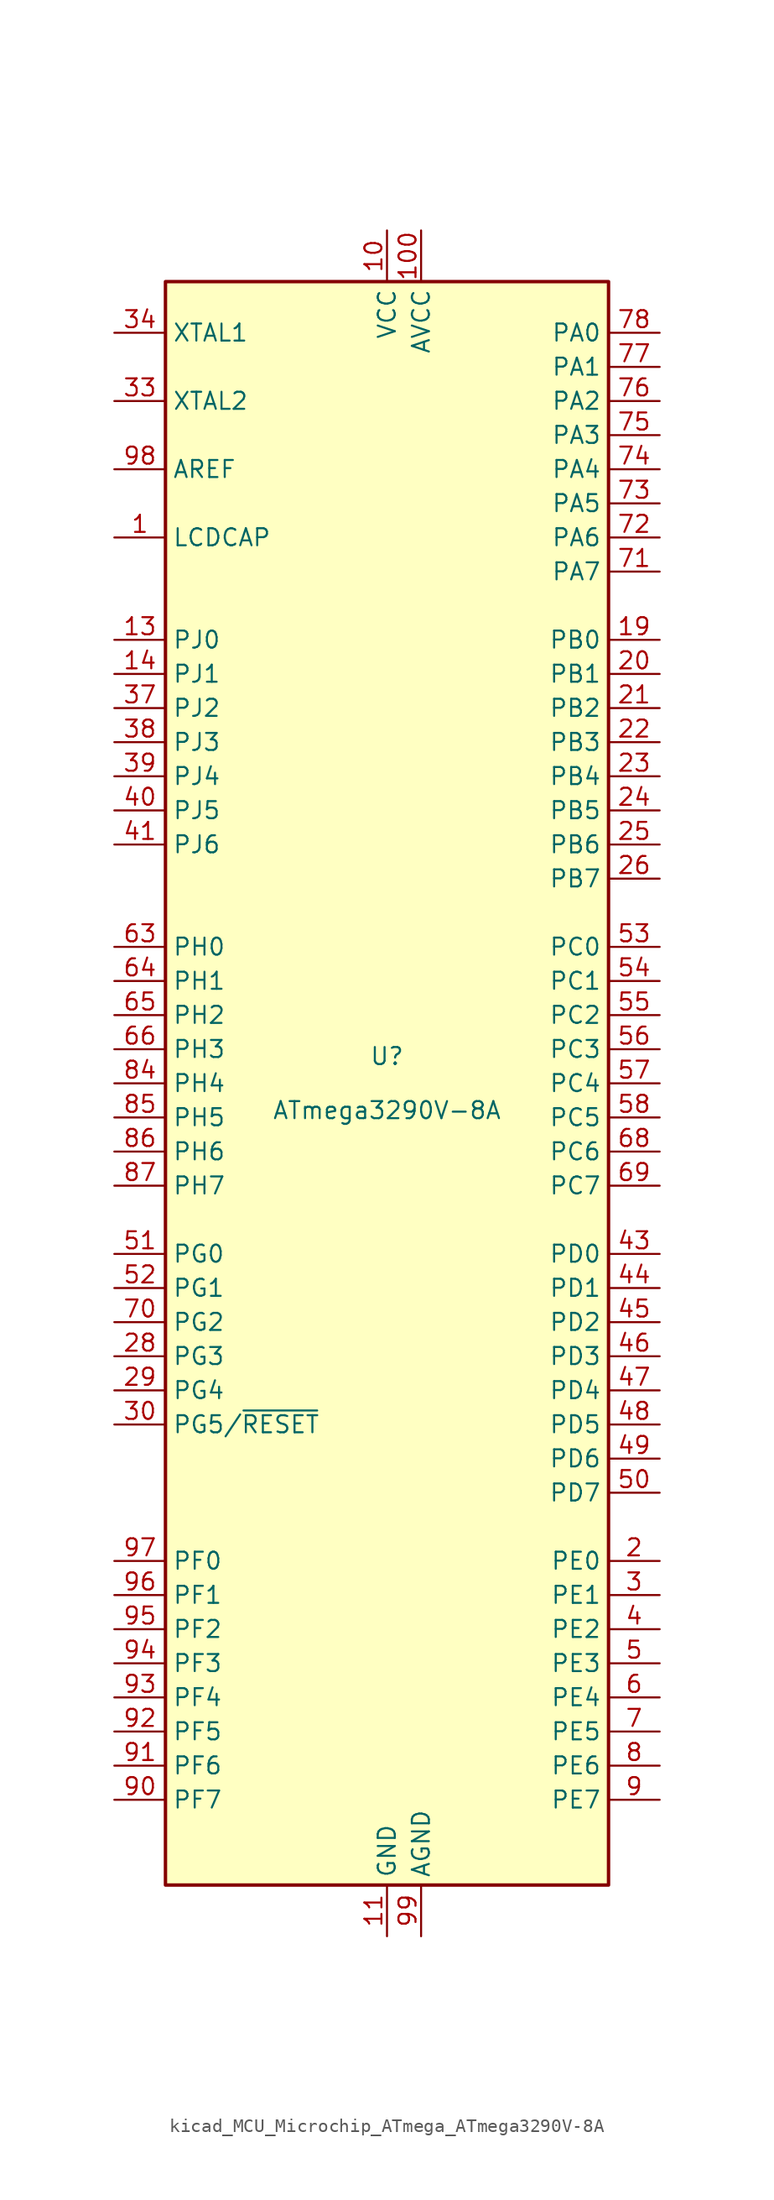
<source format=kicad_sym>
(kicad_symbol_lib
  (version 20220914)
  (generator kicad_symbol_editor)
  (symbol "kicad_MCU_Microchip_ATmega_ATmega3290V-8A"
    (property "Reference" "U"
      (at 0 1.27 0)
      (effects (font (size 1.27 1.27)) (justify bottom)))
    (property "Value" "ATmega3290V-8A"
      (at 0 -1.27 0)
      (effects (font (size 1.27 1.27)) (justify top)))
    (symbol "kicad_MCU_Microchip_ATmega_ATmega3290V-8A_0_1"
      (rectangle (start -16.51 -59.69) (end 16.51 59.69) (stroke (width 0.254) (type default)) (fill (type background))))
    (symbol "kicad_MCU_Microchip_ATmega_ATmega3290V-8A_1_1"
      (pin passive line (at -20.32 40.64 0) (length 3.81) (name "LCDCAP" (effects (font (size 1.27 1.27)))) (number "1" (effects (font (size 1.27 1.27)))))
      (pin power_in line (at 0 63.5 270) (length 3.81) (name "VCC" (effects (font (size 1.27 1.27)))) (number "10" (effects (font (size 1.27 1.27)))))
      (pin power_in line (at 2.54 63.5 270) (length 3.81) (name "AVCC" (effects (font (size 1.27 1.27)))) (number "100" (effects (font (size 1.27 1.27)))))
      (pin power_in line (at 0 -63.5 90) (length 3.81) (name "GND" (effects (font (size 1.27 1.27)))) (number "11" (effects (font (size 1.27 1.27)))))
      (pin no_connect line (at -15.24 38.1 0) (length 2.54) hide (name "NC" (effects (font (size 1.27 1.27)))) (number "12" (effects (font (size 1.27 1.27)))))
      (pin bidirectional line (at -20.32 33.02 0) (length 3.81) (name "PJ0" (effects (font (size 1.27 1.27)))) (number "13" (effects (font (size 1.27 1.27)))))
      (pin bidirectional line (at -20.32 30.48 0) (length 3.81) (name "PJ1" (effects (font (size 1.27 1.27)))) (number "14" (effects (font (size 1.27 1.27)))))
      (pin no_connect line (at -15.24 35.56 0) (length 2.54) hide (name "NC" (effects (font (size 1.27 1.27)))) (number "15" (effects (font (size 1.27 1.27)))))
      (pin no_connect line (at -15.24 15.24 0) (length 2.54) hide (name "NC" (effects (font (size 1.27 1.27)))) (number "16" (effects (font (size 1.27 1.27)))))
      (pin no_connect line (at -15.24 12.7 0) (length 2.54) hide (name "NC" (effects (font (size 1.27 1.27)))) (number "17" (effects (font (size 1.27 1.27)))))
      (pin no_connect line (at -15.24 -10.16 0) (length 2.54) hide (name "NC" (effects (font (size 1.27 1.27)))) (number "18" (effects (font (size 1.27 1.27)))))
      (pin bidirectional line (at 20.32 33.02 180) (length 3.81) (name "PB0" (effects (font (size 1.27 1.27)))) (number "19" (effects (font (size 1.27 1.27)))))
      (pin bidirectional line (at 20.32 -35.56 180) (length 3.81) (name "PE0" (effects (font (size 1.27 1.27)))) (number "2" (effects (font (size 1.27 1.27)))))
      (pin bidirectional line (at 20.32 30.48 180) (length 3.81) (name "PB1" (effects (font (size 1.27 1.27)))) (number "20" (effects (font (size 1.27 1.27)))))
      (pin bidirectional line (at 20.32 27.94 180) (length 3.81) (name "PB2" (effects (font (size 1.27 1.27)))) (number "21" (effects (font (size 1.27 1.27)))))
      (pin bidirectional line (at 20.32 25.4 180) (length 3.81) (name "PB3" (effects (font (size 1.27 1.27)))) (number "22" (effects (font (size 1.27 1.27)))))
      (pin bidirectional line (at 20.32 22.86 180) (length 3.81) (name "PB4" (effects (font (size 1.27 1.27)))) (number "23" (effects (font (size 1.27 1.27)))))
      (pin bidirectional line (at 20.32 20.32 180) (length 3.81) (name "PB5" (effects (font (size 1.27 1.27)))) (number "24" (effects (font (size 1.27 1.27)))))
      (pin bidirectional line (at 20.32 17.78 180) (length 3.81) (name "PB6" (effects (font (size 1.27 1.27)))) (number "25" (effects (font (size 1.27 1.27)))))
      (pin bidirectional line (at 20.32 15.24 180) (length 3.81) (name "PB7" (effects (font (size 1.27 1.27)))) (number "26" (effects (font (size 1.27 1.27)))))
      (pin no_connect line (at -15.24 -27.94 0) (length 2.54) hide (name "NC" (effects (font (size 1.27 1.27)))) (number "27" (effects (font (size 1.27 1.27)))))
      (pin bidirectional line (at -20.32 -20.32 0) (length 3.81) (name "PG3" (effects (font (size 1.27 1.27)))) (number "28" (effects (font (size 1.27 1.27)))))
      (pin bidirectional line (at -20.32 -22.86 0) (length 3.81) (name "PG4" (effects (font (size 1.27 1.27)))) (number "29" (effects (font (size 1.27 1.27)))))
      (pin bidirectional line (at 20.32 -38.1 180) (length 3.81) (name "PE1" (effects (font (size 1.27 1.27)))) (number "3" (effects (font (size 1.27 1.27)))))
      (pin bidirectional line (at -20.32 -25.4 0) (length 3.81) (name "PG5/~{RESET}" (effects (font (size 1.27 1.27)))) (number "30" (effects (font (size 1.27 1.27)))))
      (pin passive line (at 0 63.5 270) (length 3.81) hide (name "VCC" (effects (font (size 1.27 1.27)))) (number "31" (effects (font (size 1.27 1.27)))))
      (pin passive line (at 0 -63.5 90) (length 3.81) hide (name "GND" (effects (font (size 1.27 1.27)))) (number "32" (effects (font (size 1.27 1.27)))))
      (pin output line (at -20.32 50.8 0) (length 3.81) (name "XTAL2" (effects (font (size 1.27 1.27)))) (number "33" (effects (font (size 1.27 1.27)))))
      (pin input line (at -20.32 55.88 0) (length 3.81) (name "XTAL1" (effects (font (size 1.27 1.27)))) (number "34" (effects (font (size 1.27 1.27)))))
      (pin no_connect line (at -15.24 -30.48 0) (length 2.54) hide (name "NC" (effects (font (size 1.27 1.27)))) (number "35" (effects (font (size 1.27 1.27)))))
      (pin no_connect line (at -15.24 -33.02 0) (length 2.54) hide (name "NC" (effects (font (size 1.27 1.27)))) (number "36" (effects (font (size 1.27 1.27)))))
      (pin bidirectional line (at -20.32 27.94 0) (length 3.81) (name "PJ2" (effects (font (size 1.27 1.27)))) (number "37" (effects (font (size 1.27 1.27)))))
      (pin bidirectional line (at -20.32 25.4 0) (length 3.81) (name "PJ3" (effects (font (size 1.27 1.27)))) (number "38" (effects (font (size 1.27 1.27)))))
      (pin bidirectional line (at -20.32 22.86 0) (length 3.81) (name "PJ4" (effects (font (size 1.27 1.27)))) (number "39" (effects (font (size 1.27 1.27)))))
      (pin bidirectional line (at 20.32 -40.64 180) (length 3.81) (name "PE2" (effects (font (size 1.27 1.27)))) (number "4" (effects (font (size 1.27 1.27)))))
      (pin bidirectional line (at -20.32 20.32 0) (length 3.81) (name "PJ5" (effects (font (size 1.27 1.27)))) (number "40" (effects (font (size 1.27 1.27)))))
      (pin bidirectional line (at -20.32 17.78 0) (length 3.81) (name "PJ6" (effects (font (size 1.27 1.27)))) (number "41" (effects (font (size 1.27 1.27)))))
      (pin no_connect line (at -15.24 -58.42 90) (length 2.54) hide (name "NC" (effects (font (size 1.27 1.27)))) (number "42" (effects (font (size 1.27 1.27)))))
      (pin bidirectional line (at 20.32 -12.7 180) (length 3.81) (name "PD0" (effects (font (size 1.27 1.27)))) (number "43" (effects (font (size 1.27 1.27)))))
      (pin bidirectional line (at 20.32 -15.24 180) (length 3.81) (name "PD1" (effects (font (size 1.27 1.27)))) (number "44" (effects (font (size 1.27 1.27)))))
      (pin bidirectional line (at 20.32 -17.78 180) (length 3.81) (name "PD2" (effects (font (size 1.27 1.27)))) (number "45" (effects (font (size 1.27 1.27)))))
      (pin bidirectional line (at 20.32 -20.32 180) (length 3.81) (name "PD3" (effects (font (size 1.27 1.27)))) (number "46" (effects (font (size 1.27 1.27)))))
      (pin bidirectional line (at 20.32 -22.86 180) (length 3.81) (name "PD4" (effects (font (size 1.27 1.27)))) (number "47" (effects (font (size 1.27 1.27)))))
      (pin bidirectional line (at 20.32 -25.4 180) (length 3.81) (name "PD5" (effects (font (size 1.27 1.27)))) (number "48" (effects (font (size 1.27 1.27)))))
      (pin bidirectional line (at 20.32 -27.94 180) (length 3.81) (name "PD6" (effects (font (size 1.27 1.27)))) (number "49" (effects (font (size 1.27 1.27)))))
      (pin bidirectional line (at 20.32 -43.18 180) (length 3.81) (name "PE3" (effects (font (size 1.27 1.27)))) (number "5" (effects (font (size 1.27 1.27)))))
      (pin bidirectional line (at 20.32 -30.48 180) (length 3.81) (name "PD7" (effects (font (size 1.27 1.27)))) (number "50" (effects (font (size 1.27 1.27)))))
      (pin bidirectional line (at -20.32 -12.7 0) (length 3.81) (name "PG0" (effects (font (size 1.27 1.27)))) (number "51" (effects (font (size 1.27 1.27)))))
      (pin bidirectional line (at -20.32 -15.24 0) (length 3.81) (name "PG1" (effects (font (size 1.27 1.27)))) (number "52" (effects (font (size 1.27 1.27)))))
      (pin bidirectional line (at 20.32 10.16 180) (length 3.81) (name "PC0" (effects (font (size 1.27 1.27)))) (number "53" (effects (font (size 1.27 1.27)))))
      (pin bidirectional line (at 20.32 7.62 180) (length 3.81) (name "PC1" (effects (font (size 1.27 1.27)))) (number "54" (effects (font (size 1.27 1.27)))))
      (pin bidirectional line (at 20.32 5.08 180) (length 3.81) (name "PC2" (effects (font (size 1.27 1.27)))) (number "55" (effects (font (size 1.27 1.27)))))
      (pin bidirectional line (at 20.32 2.54 180) (length 3.81) (name "PC3" (effects (font (size 1.27 1.27)))) (number "56" (effects (font (size 1.27 1.27)))))
      (pin bidirectional line (at 20.32 0 180) (length 3.81) (name "PC4" (effects (font (size 1.27 1.27)))) (number "57" (effects (font (size 1.27 1.27)))))
      (pin bidirectional line (at 20.32 -2.54 180) (length 3.81) (name "PC5" (effects (font (size 1.27 1.27)))) (number "58" (effects (font (size 1.27 1.27)))))
      (pin no_connect line (at -12.7 -58.42 90) (length 2.54) hide (name "NC" (effects (font (size 1.27 1.27)))) (number "59" (effects (font (size 1.27 1.27)))))
      (pin bidirectional line (at 20.32 -45.72 180) (length 3.81) (name "PE4" (effects (font (size 1.27 1.27)))) (number "6" (effects (font (size 1.27 1.27)))))
      (pin no_connect line (at -10.16 -58.42 90) (length 2.54) hide (name "NC" (effects (font (size 1.27 1.27)))) (number "60" (effects (font (size 1.27 1.27)))))
      (pin no_connect line (at -7.62 -58.42 90) (length 2.54) hide (name "NC" (effects (font (size 1.27 1.27)))) (number "61" (effects (font (size 1.27 1.27)))))
      (pin no_connect line (at -5.08 -58.42 90) (length 2.54) hide (name "NC" (effects (font (size 1.27 1.27)))) (number "62" (effects (font (size 1.27 1.27)))))
      (pin bidirectional line (at -20.32 10.16 0) (length 3.81) (name "PH0" (effects (font (size 1.27 1.27)))) (number "63" (effects (font (size 1.27 1.27)))))
      (pin bidirectional line (at -20.32 7.62 0) (length 3.81) (name "PH1" (effects (font (size 1.27 1.27)))) (number "64" (effects (font (size 1.27 1.27)))))
      (pin bidirectional line (at -20.32 5.08 0) (length 3.81) (name "PH2" (effects (font (size 1.27 1.27)))) (number "65" (effects (font (size 1.27 1.27)))))
      (pin bidirectional line (at -20.32 2.54 0) (length 3.81) (name "PH3" (effects (font (size 1.27 1.27)))) (number "66" (effects (font (size 1.27 1.27)))))
      (pin no_connect line (at -2.54 -58.42 90) (length 2.54) hide (name "NC" (effects (font (size 1.27 1.27)))) (number "67" (effects (font (size 1.27 1.27)))))
      (pin bidirectional line (at 20.32 -5.08 180) (length 3.81) (name "PC6" (effects (font (size 1.27 1.27)))) (number "68" (effects (font (size 1.27 1.27)))))
      (pin bidirectional line (at 20.32 -7.62 180) (length 3.81) (name "PC7" (effects (font (size 1.27 1.27)))) (number "69" (effects (font (size 1.27 1.27)))))
      (pin bidirectional line (at 20.32 -48.26 180) (length 3.81) (name "PE5" (effects (font (size 1.27 1.27)))) (number "7" (effects (font (size 1.27 1.27)))))
      (pin bidirectional line (at -20.32 -17.78 0) (length 3.81) (name "PG2" (effects (font (size 1.27 1.27)))) (number "70" (effects (font (size 1.27 1.27)))))
      (pin bidirectional line (at 20.32 38.1 180) (length 3.81) (name "PA7" (effects (font (size 1.27 1.27)))) (number "71" (effects (font (size 1.27 1.27)))))
      (pin bidirectional line (at 20.32 40.64 180) (length 3.81) (name "PA6" (effects (font (size 1.27 1.27)))) (number "72" (effects (font (size 1.27 1.27)))))
      (pin bidirectional line (at 20.32 43.18 180) (length 3.81) (name "PA5" (effects (font (size 1.27 1.27)))) (number "73" (effects (font (size 1.27 1.27)))))
      (pin bidirectional line (at 20.32 45.72 180) (length 3.81) (name "PA4" (effects (font (size 1.27 1.27)))) (number "74" (effects (font (size 1.27 1.27)))))
      (pin bidirectional line (at 20.32 48.26 180) (length 3.81) (name "PA3" (effects (font (size 1.27 1.27)))) (number "75" (effects (font (size 1.27 1.27)))))
      (pin bidirectional line (at 20.32 50.8 180) (length 3.81) (name "PA2" (effects (font (size 1.27 1.27)))) (number "76" (effects (font (size 1.27 1.27)))))
      (pin bidirectional line (at 20.32 53.34 180) (length 3.81) (name "PA1" (effects (font (size 1.27 1.27)))) (number "77" (effects (font (size 1.27 1.27)))))
      (pin bidirectional line (at 20.32 55.88 180) (length 3.81) (name "PA0" (effects (font (size 1.27 1.27)))) (number "78" (effects (font (size 1.27 1.27)))))
      (pin no_connect line (at 5.08 -58.42 90) (length 2.54) hide (name "NC" (effects (font (size 1.27 1.27)))) (number "79" (effects (font (size 1.27 1.27)))))
      (pin bidirectional line (at 20.32 -50.8 180) (length 3.81) (name "PE6" (effects (font (size 1.27 1.27)))) (number "8" (effects (font (size 1.27 1.27)))))
      (pin passive line (at 0 63.5 270) (length 3.81) hide (name "VCC" (effects (font (size 1.27 1.27)))) (number "80" (effects (font (size 1.27 1.27)))))
      (pin passive line (at 0 -63.5 90) (length 3.81) hide (name "GND" (effects (font (size 1.27 1.27)))) (number "81" (effects (font (size 1.27 1.27)))))
      (pin no_connect line (at 7.62 -58.42 90) (length 2.54) hide (name "NC" (effects (font (size 1.27 1.27)))) (number "82" (effects (font (size 1.27 1.27)))))
      (pin no_connect line (at 10.16 -58.42 90) (length 2.54) hide (name "NC" (effects (font (size 1.27 1.27)))) (number "83" (effects (font (size 1.27 1.27)))))
      (pin bidirectional line (at -20.32 0 0) (length 3.81) (name "PH4" (effects (font (size 1.27 1.27)))) (number "84" (effects (font (size 1.27 1.27)))))
      (pin bidirectional line (at -20.32 -2.54 0) (length 3.81) (name "PH5" (effects (font (size 1.27 1.27)))) (number "85" (effects (font (size 1.27 1.27)))))
      (pin bidirectional line (at -20.32 -5.08 0) (length 3.81) (name "PH6" (effects (font (size 1.27 1.27)))) (number "86" (effects (font (size 1.27 1.27)))))
      (pin bidirectional line (at -20.32 -7.62 0) (length 3.81) (name "PH7" (effects (font (size 1.27 1.27)))) (number "87" (effects (font (size 1.27 1.27)))))
      (pin no_connect line (at 12.7 -58.42 90) (length 2.54) hide (name "NC" (effects (font (size 1.27 1.27)))) (number "88" (effects (font (size 1.27 1.27)))))
      (pin no_connect line (at 15.24 -58.42 90) (length 2.54) hide (name "NC" (effects (font (size 1.27 1.27)))) (number "89" (effects (font (size 1.27 1.27)))))
      (pin bidirectional line (at 20.32 -53.34 180) (length 3.81) (name "PE7" (effects (font (size 1.27 1.27)))) (number "9" (effects (font (size 1.27 1.27)))))
      (pin bidirectional line (at -20.32 -53.34 0) (length 3.81) (name "PF7" (effects (font (size 1.27 1.27)))) (number "90" (effects (font (size 1.27 1.27)))))
      (pin bidirectional line (at -20.32 -50.8 0) (length 3.81) (name "PF6" (effects (font (size 1.27 1.27)))) (number "91" (effects (font (size 1.27 1.27)))))
      (pin bidirectional line (at -20.32 -48.26 0) (length 3.81) (name "PF5" (effects (font (size 1.27 1.27)))) (number "92" (effects (font (size 1.27 1.27)))))
      (pin bidirectional line (at -20.32 -45.72 0) (length 3.81) (name "PF4" (effects (font (size 1.27 1.27)))) (number "93" (effects (font (size 1.27 1.27)))))
      (pin bidirectional line (at -20.32 -43.18 0) (length 3.81) (name "PF3" (effects (font (size 1.27 1.27)))) (number "94" (effects (font (size 1.27 1.27)))))
      (pin bidirectional line (at -20.32 -40.64 0) (length 3.81) (name "PF2" (effects (font (size 1.27 1.27)))) (number "95" (effects (font (size 1.27 1.27)))))
      (pin bidirectional line (at -20.32 -38.1 0) (length 3.81) (name "PF1" (effects (font (size 1.27 1.27)))) (number "96" (effects (font (size 1.27 1.27)))))
      (pin bidirectional line (at -20.32 -35.56 0) (length 3.81) (name "PF0" (effects (font (size 1.27 1.27)))) (number "97" (effects (font (size 1.27 1.27)))))
      (pin passive line (at -20.32 45.72 0) (length 3.81) (name "AREF" (effects (font (size 1.27 1.27)))) (number "98" (effects (font (size 1.27 1.27)))))
      (pin power_in line (at 2.54 -63.5 90) (length 3.81) (name "AGND" (effects (font (size 1.27 1.27)))) (number "99" (effects (font (size 1.27 1.27))))))))
</source>
